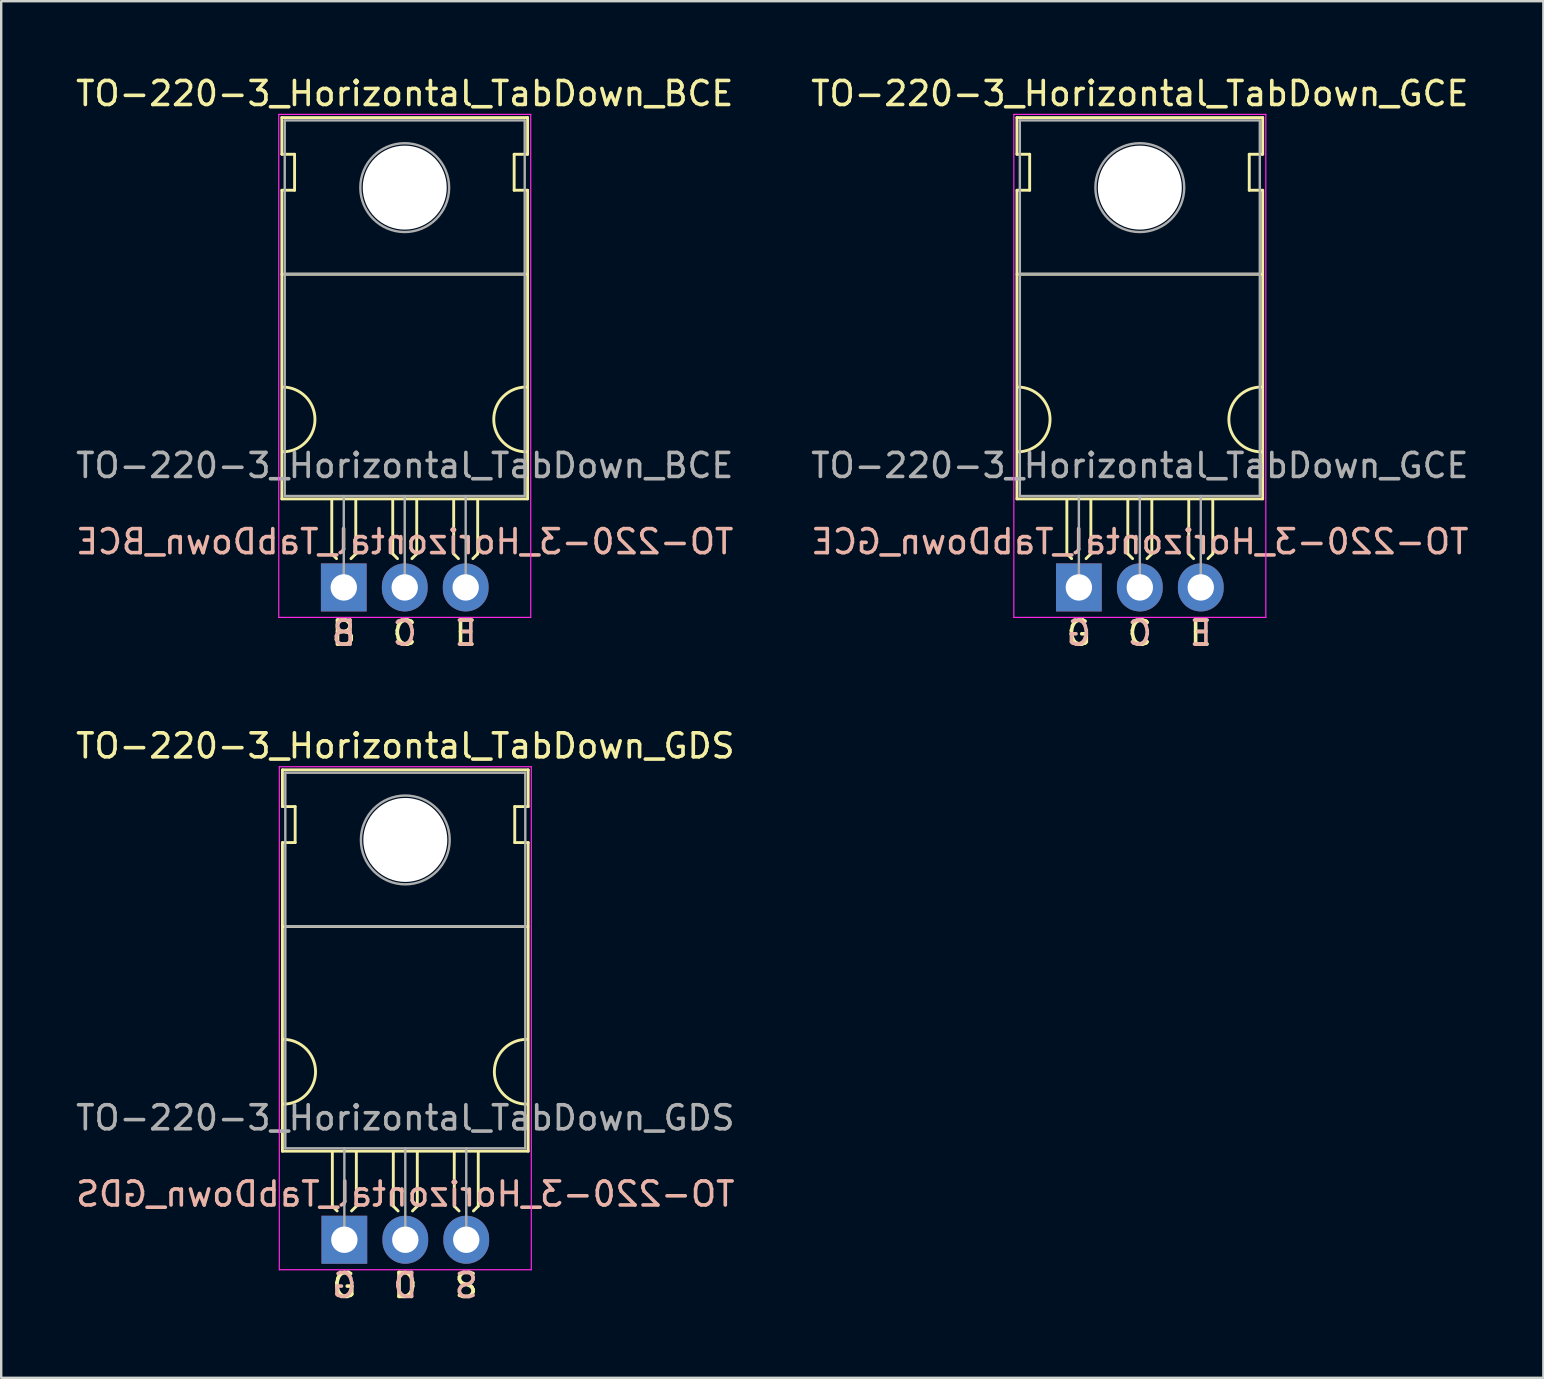
<source format=kicad_pcb>
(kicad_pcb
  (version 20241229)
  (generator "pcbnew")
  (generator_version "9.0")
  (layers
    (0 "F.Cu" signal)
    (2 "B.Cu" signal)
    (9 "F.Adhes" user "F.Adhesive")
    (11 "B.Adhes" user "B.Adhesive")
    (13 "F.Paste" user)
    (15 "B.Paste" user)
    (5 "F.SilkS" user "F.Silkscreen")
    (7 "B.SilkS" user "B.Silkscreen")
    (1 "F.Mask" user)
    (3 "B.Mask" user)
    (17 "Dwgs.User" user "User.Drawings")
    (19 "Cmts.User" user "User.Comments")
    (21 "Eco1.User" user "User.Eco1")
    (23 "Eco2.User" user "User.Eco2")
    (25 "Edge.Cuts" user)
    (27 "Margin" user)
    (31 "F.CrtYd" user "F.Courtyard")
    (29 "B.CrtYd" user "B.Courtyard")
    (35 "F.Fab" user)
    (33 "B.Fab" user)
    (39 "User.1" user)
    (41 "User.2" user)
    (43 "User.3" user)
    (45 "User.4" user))
  (footprint "TO-220-3_Horizontal_TabDown_GDS"
    (layer "F.Cu")
    (at 11.299 48.61)
    (property "Reference" "TO-220-3_Horizontal_TabDown_GDS" (at 2.54 -20.58 0) (layer "F.SilkS") (effects (font (size 1 1) (thickness 0.15))))
    (fp_line (start -2.58 -19.58) (end -2.58 -18.05) (stroke (width 0.12) (type solid)) (layer "F.SilkS"))
    (fp_line (start -2.58 -19.58) (end 7.66 -19.58) (stroke (width 0.12) (type solid)) (layer "F.SilkS"))
    (fp_line (start -2.58 -18.05) (end -2.05 -18.05) (stroke (width 0.12) (type solid)) (layer "F.SilkS"))
    (fp_line (start -2.58 -16.55) (end -2.58 -3.69) (stroke (width 0.12) (type solid)) (layer "F.SilkS"))
    (fp_line (start -2.58 -3.69) (end 7.66 -3.69) (stroke (width 0.12) (type solid)) (layer "F.SilkS"))
    (fp_line (start -2.575 -13.05) (end 7.65 -13.05) (stroke (width 0.12) (type solid)) (layer "F.SilkS"))
    (fp_line (start -2.05 -18.05) (end -2.05 -16.55) (stroke (width 0.12) (type solid)) (layer "F.SilkS"))
    (fp_line (start -2.05 -16.55) (end -2.575 -16.55) (stroke (width 0.12) (type solid)) (layer "F.SilkS"))
    (fp_line (start -0.5 -3.65) (end -0.5 -1.4) (stroke (width 0.12) (type solid)) (layer "F.SilkS"))
    (fp_line (start -0.5 -1.4) (end -0.3 -1.2) (stroke (width 0.12) (type solid)) (layer "F.SilkS"))
    (fp_line (start 0.5 -3.65) (end 0.5 -1.4) (stroke (width 0.12) (type solid)) (layer "F.SilkS"))
    (fp_line (start 0.5 -1.4) (end 0.3 -1.2) (stroke (width 0.12) (type solid)) (layer "F.SilkS"))
    (fp_line (start 2.04 -3.65) (end 2.04 -1.4) (stroke (width 0.12) (type solid)) (layer "F.SilkS"))
    (fp_line (start 2.04 -1.4) (end 2.24 -1.2) (stroke (width 0.12) (type solid)) (layer "F.SilkS"))
    (fp_line (start 3.04 -3.65) (end 3.04 -1.4) (stroke (width 0.12) (type solid)) (layer "F.SilkS"))
    (fp_line (start 3.04 -1.4) (end 2.84 -1.2) (stroke (width 0.12) (type solid)) (layer "F.SilkS"))
    (fp_line (start 4.58 -3.65) (end 4.58 -1.4) (stroke (width 0.12) (type solid)) (layer "F.SilkS"))
    (fp_line (start 4.58 -1.4) (end 4.78 -1.2) (stroke (width 0.12) (type solid)) (layer "F.SilkS"))
    (fp_line (start 5.58 -3.65) (end 5.58 -1.4) (stroke (width 0.12) (type solid)) (layer "F.SilkS"))
    (fp_line (start 5.58 -1.4) (end 5.38 -1.2) (stroke (width 0.12) (type solid)) (layer "F.SilkS"))
    (fp_line (start 7.1 -18.05) (end 7.66 -18.05) (stroke (width 0.12) (type solid)) (layer "F.SilkS"))
    (fp_line (start 7.1 -16.55) (end 7.1 -18.05) (stroke (width 0.12) (type solid)) (layer "F.SilkS"))
    (fp_line (start 7.66 -19.58) (end 7.66 -18.05) (stroke (width 0.12) (type solid)) (layer "F.SilkS"))
    (fp_line (start 7.66 -16.55) (end 7.1 -16.55) (stroke (width 0.12) (type solid)) (layer "F.SilkS"))
    (fp_line (start 7.66 -16.55) (end 7.66 -3.69) (stroke (width 0.12) (type solid)) (layer "F.SilkS"))
    (fp_arc (start -2.55 -8.35) (mid -1.2 -7) (end -2.55 -5.65) (stroke (width 0.12) (type solid)) (layer "F.SilkS"))
    (fp_arc (start 7.6 -5.65) (mid 6.25 -7) (end 7.6 -8.35) (stroke (width 0.12) (type solid)) (layer "F.SilkS"))
    (fp_line (start -2.71 -19.71) (end -2.71 1.25) (stroke (width 0.05) (type solid)) (layer "F.CrtYd"))
    (fp_line (start -2.71 1.25) (end 7.79 1.25) (stroke (width 0.05) (type solid)) (layer "F.CrtYd"))
    (fp_line (start 7.79 -19.71) (end -2.71 -19.71) (stroke (width 0.05) (type solid)) (layer "F.CrtYd"))
    (fp_line (start 7.79 1.25) (end 7.79 -19.71) (stroke (width 0.05) (type solid)) (layer "F.CrtYd"))
    (fp_line (start -2.46 -19.46) (end 7.54 -19.46) (stroke (width 0.1) (type solid)) (layer "F.Fab"))
    (fp_line (start -2.46 -13.06) (end -2.46 -19.46) (stroke (width 0.1) (type solid)) (layer "F.Fab"))
    (fp_line (start -2.46 -13.06) (end 7.54 -13.06) (stroke (width 0.1) (type solid)) (layer "F.Fab"))
    (fp_line (start -2.46 -3.81) (end -2.46 -13.06) (stroke (width 0.1) (type solid)) (layer "F.Fab"))
    (fp_line (start 0 -3.81) (end 0 0) (stroke (width 0.1) (type solid)) (layer "F.Fab"))
    (fp_line (start 2.54 -3.81) (end 2.54 0) (stroke (width 0.1) (type solid)) (layer "F.Fab"))
    (fp_line (start 5.08 -3.81) (end 5.08 0) (stroke (width 0.1) (type solid)) (layer "F.Fab"))
    (fp_line (start 7.54 -19.46) (end 7.54 -13.06) (stroke (width 0.1) (type solid)) (layer "F.Fab"))
    (fp_line (start 7.54 -13.06) (end -2.46 -13.06) (stroke (width 0.1) (type solid)) (layer "F.Fab"))
    (fp_line (start 7.54 -13.06) (end 7.54 -3.81) (stroke (width 0.1) (type solid)) (layer "F.Fab"))
    (fp_line (start 7.54 -3.81) (end -2.46 -3.81) (stroke (width 0.1) (type solid)) (layer "F.Fab"))
    (fp_circle (center 2.54 -16.66) (end 4.39 -16.66) (stroke (width 0.1) (type solid)) (fill no) (layer "F.Fab"))
    (fp_text user "S" (at 5.08 1.905 0) (unlocked yes) (layer "F.SilkS") (effects (font (size 1 1) (thickness 0.15))))
    (fp_text user "G" (at 0 1.905 0) (unlocked yes) (layer "F.SilkS") (effects (font (size 1 1) (thickness 0.15))))
    (fp_text user "D" (at 2.54 1.905 0) (unlocked yes) (layer "F.SilkS") (effects (font (size 1 1) (thickness 0.15))))
    (fp_text user "S" (at 5.08 1.905 0) (unlocked yes) (layer "B.SilkS") (effects (font (size 1 1) (thickness 0.15)) (justify mirror)))
    (fp_text user "G" (at 0 1.905 0) (unlocked yes) (layer "B.SilkS") (effects (font (size 1 1) (thickness 0.15)) (justify mirror)))
    (fp_text user "D" (at 2.54 1.905 0) (unlocked yes) (layer "B.SilkS") (effects (font (size 1 1) (thickness 0.15)) (justify mirror)))
    (fp_text user "${REFERENCE}" (at 2.54 -1.905 0) (layer "B.SilkS") (effects (font (size 1 1) (thickness 0.15)) (justify mirror)))
    (fp_text user "${REFERENCE}" (at 2.54 -5.08 0) (layer "F.Fab") (effects (font (size 1 1) (thickness 0.15))))
    (pad "" np_thru_hole oval (at 2.54 -16.66) (size 3.5 3.5) (drill 3.5) (layers "*.Cu" "*.Mask"))
    (pad "1" thru_hole rect (at 0 0) (size 1.905 2) (drill 1.1) (layers "*.Cu" "*.Mask"))
    (pad "2" thru_hole oval (at 2.54 0) (size 1.905 2) (drill 1.1) (layers "*.Cu" "*.Mask"))
    (pad "3" thru_hole oval (at 5.08 0) (size 1.905 2) (drill 1.1) (layers "*.Cu" "*.Mask")))
  (footprint "TO-220-3_Horizontal_TabDown_GCE"
    (layer "F.Cu")
    (at 41.906 21.428)
    (property "Reference" "TO-220-3_Horizontal_TabDown_GCE" (at 2.54 -20.58 0) (layer "F.SilkS") (effects (font (size 1 1) (thickness 0.15))))
    (fp_line (start -2.58 -19.58) (end -2.58 -18.05) (stroke (width 0.12) (type solid)) (layer "F.SilkS"))
    (fp_line (start -2.58 -19.58) (end 7.66 -19.58) (stroke (width 0.12) (type solid)) (layer "F.SilkS"))
    (fp_line (start -2.58 -18.05) (end -2.05 -18.05) (stroke (width 0.12) (type solid)) (layer "F.SilkS"))
    (fp_line (start -2.58 -16.55) (end -2.58 -3.69) (stroke (width 0.12) (type solid)) (layer "F.SilkS"))
    (fp_line (start -2.58 -3.69) (end 7.66 -3.69) (stroke (width 0.12) (type solid)) (layer "F.SilkS"))
    (fp_line (start -2.575 -13.05) (end 7.65 -13.05) (stroke (width 0.12) (type solid)) (layer "F.SilkS"))
    (fp_line (start -2.05 -18.05) (end -2.05 -16.55) (stroke (width 0.12) (type solid)) (layer "F.SilkS"))
    (fp_line (start -2.05 -16.55) (end -2.575 -16.55) (stroke (width 0.12) (type solid)) (layer "F.SilkS"))
    (fp_line (start -0.5 -3.65) (end -0.5 -1.4) (stroke (width 0.12) (type solid)) (layer "F.SilkS"))
    (fp_line (start -0.5 -1.4) (end -0.3 -1.2) (stroke (width 0.12) (type solid)) (layer "F.SilkS"))
    (fp_line (start 0.5 -3.65) (end 0.5 -1.4) (stroke (width 0.12) (type solid)) (layer "F.SilkS"))
    (fp_line (start 0.5 -1.4) (end 0.3 -1.2) (stroke (width 0.12) (type solid)) (layer "F.SilkS"))
    (fp_line (start 2.04 -3.65) (end 2.04 -1.4) (stroke (width 0.12) (type solid)) (layer "F.SilkS"))
    (fp_line (start 2.04 -1.4) (end 2.24 -1.2) (stroke (width 0.12) (type solid)) (layer "F.SilkS"))
    (fp_line (start 3.04 -3.65) (end 3.04 -1.4) (stroke (width 0.12) (type solid)) (layer "F.SilkS"))
    (fp_line (start 3.04 -1.4) (end 2.84 -1.2) (stroke (width 0.12) (type solid)) (layer "F.SilkS"))
    (fp_line (start 4.58 -3.65) (end 4.58 -1.4) (stroke (width 0.12) (type solid)) (layer "F.SilkS"))
    (fp_line (start 4.58 -1.4) (end 4.78 -1.2) (stroke (width 0.12) (type solid)) (layer "F.SilkS"))
    (fp_line (start 5.58 -3.65) (end 5.58 -1.4) (stroke (width 0.12) (type solid)) (layer "F.SilkS"))
    (fp_line (start 5.58 -1.4) (end 5.38 -1.2) (stroke (width 0.12) (type solid)) (layer "F.SilkS"))
    (fp_line (start 7.1 -18.05) (end 7.66 -18.05) (stroke (width 0.12) (type solid)) (layer "F.SilkS"))
    (fp_line (start 7.1 -16.55) (end 7.1 -18.05) (stroke (width 0.12) (type solid)) (layer "F.SilkS"))
    (fp_line (start 7.66 -19.58) (end 7.66 -18.05) (stroke (width 0.12) (type solid)) (layer "F.SilkS"))
    (fp_line (start 7.66 -16.55) (end 7.1 -16.55) (stroke (width 0.12) (type solid)) (layer "F.SilkS"))
    (fp_line (start 7.66 -16.55) (end 7.66 -3.69) (stroke (width 0.12) (type solid)) (layer "F.SilkS"))
    (fp_arc (start -2.55 -8.35) (mid -1.2 -7) (end -2.55 -5.65) (stroke (width 0.12) (type solid)) (layer "F.SilkS"))
    (fp_arc (start 7.6 -5.65) (mid 6.25 -7) (end 7.6 -8.35) (stroke (width 0.12) (type solid)) (layer "F.SilkS"))
    (fp_line (start -2.71 -19.71) (end -2.71 1.25) (stroke (width 0.05) (type solid)) (layer "F.CrtYd"))
    (fp_line (start -2.71 1.25) (end 7.79 1.25) (stroke (width 0.05) (type solid)) (layer "F.CrtYd"))
    (fp_line (start 7.79 -19.71) (end -2.71 -19.71) (stroke (width 0.05) (type solid)) (layer "F.CrtYd"))
    (fp_line (start 7.79 1.25) (end 7.79 -19.71) (stroke (width 0.05) (type solid)) (layer "F.CrtYd"))
    (fp_line (start -2.46 -19.46) (end 7.54 -19.46) (stroke (width 0.1) (type solid)) (layer "F.Fab"))
    (fp_line (start -2.46 -13.06) (end -2.46 -19.46) (stroke (width 0.1) (type solid)) (layer "F.Fab"))
    (fp_line (start -2.46 -13.06) (end 7.54 -13.06) (stroke (width 0.1) (type solid)) (layer "F.Fab"))
    (fp_line (start -2.46 -3.81) (end -2.46 -13.06) (stroke (width 0.1) (type solid)) (layer "F.Fab"))
    (fp_line (start 0 -3.81) (end 0 0) (stroke (width 0.1) (type solid)) (layer "F.Fab"))
    (fp_line (start 2.54 -3.81) (end 2.54 0) (stroke (width 0.1) (type solid)) (layer "F.Fab"))
    (fp_line (start 5.08 -3.81) (end 5.08 0) (stroke (width 0.1) (type solid)) (layer "F.Fab"))
    (fp_line (start 7.54 -19.46) (end 7.54 -13.06) (stroke (width 0.1) (type solid)) (layer "F.Fab"))
    (fp_line (start 7.54 -13.06) (end -2.46 -13.06) (stroke (width 0.1) (type solid)) (layer "F.Fab"))
    (fp_line (start 7.54 -13.06) (end 7.54 -3.81) (stroke (width 0.1) (type solid)) (layer "F.Fab"))
    (fp_line (start 7.54 -3.81) (end -2.46 -3.81) (stroke (width 0.1) (type solid)) (layer "F.Fab"))
    (fp_circle (center 2.54 -16.66) (end 4.39 -16.66) (stroke (width 0.1) (type solid)) (fill no) (layer "F.Fab"))
    (fp_text user "E" (at 5.08 1.905 0) (unlocked yes) (layer "F.SilkS") (effects (font (size 1 1) (thickness 0.15))))
    (fp_text user "C" (at 2.54 1.905 0) (unlocked yes) (layer "F.SilkS") (effects (font (size 1 1) (thickness 0.15))))
    (fp_text user "G" (at 0 1.905 0) (unlocked yes) (layer "F.SilkS") (effects (font (size 1 1) (thickness 0.15))))
    (fp_text user "${REFERENCE}" (at 2.54 -1.905 0) (layer "B.SilkS") (effects (font (size 1 1) (thickness 0.15)) (justify mirror)))
    (fp_text user "G" (at 0 1.905 0) (unlocked yes) (layer "B.SilkS") (effects (font (size 1 1) (thickness 0.15)) (justify mirror)))
    (fp_text user "C" (at 2.54 1.905 0) (unlocked yes) (layer "B.SilkS") (effects (font (size 1 1) (thickness 0.15)) (justify mirror)))
    (fp_text user "E" (at 5.08 1.905 0) (unlocked yes) (layer "B.SilkS") (effects (font (size 1 1) (thickness 0.15)) (justify mirror)))
    (fp_text user "${REFERENCE}" (at 2.54 -5.08 0) (layer "F.Fab") (effects (font (size 1 1) (thickness 0.15))))
    (pad "" np_thru_hole oval (at 2.54 -16.66) (size 3.5 3.5) (drill 3.5) (layers "*.Cu" "*.Mask"))
    (pad "1" thru_hole rect (at 0 0) (size 1.905 2) (drill 1.1) (layers "*.Cu" "*.Mask"))
    (pad "2" thru_hole oval (at 2.54 0) (size 1.905 2) (drill 1.1) (layers "*.Cu" "*.Mask"))
    (pad "3" thru_hole oval (at 5.08 0) (size 1.905 2) (drill 1.1) (layers "*.Cu" "*.Mask")))
  (footprint "TO-220-3_Horizontal_TabDown_BCE"
    (layer "F.Cu")
    (at 11.275 21.428)
    (property "Reference" "TO-220-3_Horizontal_TabDown_BCE" (at 2.54 -20.58 0) (layer "F.SilkS") (effects (font (size 1 1) (thickness 0.15))))
    (fp_line (start -2.58 -19.58) (end -2.58 -18.05) (stroke (width 0.12) (type solid)) (layer "F.SilkS"))
    (fp_line (start -2.58 -19.58) (end 7.66 -19.58) (stroke (width 0.12) (type solid)) (layer "F.SilkS"))
    (fp_line (start -2.58 -18.05) (end -2.05 -18.05) (stroke (width 0.12) (type solid)) (layer "F.SilkS"))
    (fp_line (start -2.58 -16.55) (end -2.58 -3.69) (stroke (width 0.12) (type solid)) (layer "F.SilkS"))
    (fp_line (start -2.58 -3.69) (end 7.66 -3.69) (stroke (width 0.12) (type solid)) (layer "F.SilkS"))
    (fp_line (start -2.575 -13.05) (end 7.65 -13.05) (stroke (width 0.12) (type solid)) (layer "F.SilkS"))
    (fp_line (start -2.05 -18.05) (end -2.05 -16.55) (stroke (width 0.12) (type solid)) (layer "F.SilkS"))
    (fp_line (start -2.05 -16.55) (end -2.575 -16.55) (stroke (width 0.12) (type solid)) (layer "F.SilkS"))
    (fp_line (start -0.5 -3.65) (end -0.5 -1.4) (stroke (width 0.12) (type solid)) (layer "F.SilkS"))
    (fp_line (start -0.5 -1.4) (end -0.3 -1.2) (stroke (width 0.12) (type solid)) (layer "F.SilkS"))
    (fp_line (start 0.5 -3.65) (end 0.5 -1.4) (stroke (width 0.12) (type solid)) (layer "F.SilkS"))
    (fp_line (start 0.5 -1.4) (end 0.3 -1.2) (stroke (width 0.12) (type solid)) (layer "F.SilkS"))
    (fp_line (start 2.04 -3.65) (end 2.04 -1.4) (stroke (width 0.12) (type solid)) (layer "F.SilkS"))
    (fp_line (start 2.04 -1.4) (end 2.24 -1.2) (stroke (width 0.12) (type solid)) (layer "F.SilkS"))
    (fp_line (start 3.04 -3.65) (end 3.04 -1.4) (stroke (width 0.12) (type solid)) (layer "F.SilkS"))
    (fp_line (start 3.04 -1.4) (end 2.84 -1.2) (stroke (width 0.12) (type solid)) (layer "F.SilkS"))
    (fp_line (start 4.58 -3.65) (end 4.58 -1.4) (stroke (width 0.12) (type solid)) (layer "F.SilkS"))
    (fp_line (start 4.58 -1.4) (end 4.78 -1.2) (stroke (width 0.12) (type solid)) (layer "F.SilkS"))
    (fp_line (start 5.58 -3.65) (end 5.58 -1.4) (stroke (width 0.12) (type solid)) (layer "F.SilkS"))
    (fp_line (start 5.58 -1.4) (end 5.38 -1.2) (stroke (width 0.12) (type solid)) (layer "F.SilkS"))
    (fp_line (start 7.1 -18.05) (end 7.66 -18.05) (stroke (width 0.12) (type solid)) (layer "F.SilkS"))
    (fp_line (start 7.1 -16.55) (end 7.1 -18.05) (stroke (width 0.12) (type solid)) (layer "F.SilkS"))
    (fp_line (start 7.66 -19.58) (end 7.66 -18.05) (stroke (width 0.12) (type solid)) (layer "F.SilkS"))
    (fp_line (start 7.66 -16.55) (end 7.1 -16.55) (stroke (width 0.12) (type solid)) (layer "F.SilkS"))
    (fp_line (start 7.66 -16.55) (end 7.66 -3.69) (stroke (width 0.12) (type solid)) (layer "F.SilkS"))
    (fp_arc (start -2.55 -8.35) (mid -1.2 -7) (end -2.55 -5.65) (stroke (width 0.12) (type solid)) (layer "F.SilkS"))
    (fp_arc (start 7.6 -5.65) (mid 6.25 -7) (end 7.6 -8.35) (stroke (width 0.12) (type solid)) (layer "F.SilkS"))
    (fp_line (start -2.71 -19.71) (end -2.71 1.25) (stroke (width 0.05) (type solid)) (layer "F.CrtYd"))
    (fp_line (start -2.71 1.25) (end 7.79 1.25) (stroke (width 0.05) (type solid)) (layer "F.CrtYd"))
    (fp_line (start 7.79 -19.71) (end -2.71 -19.71) (stroke (width 0.05) (type solid)) (layer "F.CrtYd"))
    (fp_line (start 7.79 1.25) (end 7.79 -19.71) (stroke (width 0.05) (type solid)) (layer "F.CrtYd"))
    (fp_line (start -2.46 -19.46) (end 7.54 -19.46) (stroke (width 0.1) (type solid)) (layer "F.Fab"))
    (fp_line (start -2.46 -13.06) (end -2.46 -19.46) (stroke (width 0.1) (type solid)) (layer "F.Fab"))
    (fp_line (start -2.46 -13.06) (end 7.54 -13.06) (stroke (width 0.1) (type solid)) (layer "F.Fab"))
    (fp_line (start -2.46 -3.81) (end -2.46 -13.06) (stroke (width 0.1) (type solid)) (layer "F.Fab"))
    (fp_line (start 0 -3.81) (end 0 0) (stroke (width 0.1) (type solid)) (layer "F.Fab"))
    (fp_line (start 2.54 -3.81) (end 2.54 0) (stroke (width 0.1) (type solid)) (layer "F.Fab"))
    (fp_line (start 5.08 -3.81) (end 5.08 0) (stroke (width 0.1) (type solid)) (layer "F.Fab"))
    (fp_line (start 7.54 -19.46) (end 7.54 -13.06) (stroke (width 0.1) (type solid)) (layer "F.Fab"))
    (fp_line (start 7.54 -13.06) (end -2.46 -13.06) (stroke (width 0.1) (type solid)) (layer "F.Fab"))
    (fp_line (start 7.54 -13.06) (end 7.54 -3.81) (stroke (width 0.1) (type solid)) (layer "F.Fab"))
    (fp_line (start 7.54 -3.81) (end -2.46 -3.81) (stroke (width 0.1) (type solid)) (layer "F.Fab"))
    (fp_circle (center 2.54 -16.66) (end 4.39 -16.66) (stroke (width 0.1) (type solid)) (fill no) (layer "F.Fab"))
    (fp_text user "B" (at 0 1.905 0) (unlocked yes) (layer "F.SilkS") (effects (font (size 1 1) (thickness 0.15))))
    (fp_text user "E" (at 5.08 1.905 0) (unlocked yes) (layer "F.SilkS") (effects (font (size 1 1) (thickness 0.15))))
    (fp_text user "C" (at 2.54 1.905 0) (unlocked yes) (layer "F.SilkS") (effects (font (size 1 1) (thickness 0.15))))
    (fp_text user "${REFERENCE}" (at 2.54 -1.905 0) (layer "B.SilkS") (effects (font (size 1 1) (thickness 0.15)) (justify mirror)))
    (fp_text user "E" (at 5.08 1.905 0) (unlocked yes) (layer "B.SilkS") (effects (font (size 1 1) (thickness 0.15)) (justify mirror)))
    (fp_text user "B" (at 0 1.905 0) (unlocked yes) (layer "B.SilkS") (effects (font (size 1 1) (thickness 0.15)) (justify mirror)))
    (fp_text user "C" (at 2.54 1.905 0) (unlocked yes) (layer "B.SilkS") (effects (font (size 1 1) (thickness 0.15)) (justify mirror)))
    (fp_text user "${REFERENCE}" (at 2.54 -5.08 0) (layer "F.Fab") (effects (font (size 1 1) (thickness 0.15))))
    (pad "" np_thru_hole oval (at 2.54 -16.66) (size 3.5 3.5) (drill 3.5) (layers "*.Cu" "*.Mask"))
    (pad "1" thru_hole rect (at 0 0) (size 1.905 2) (drill 1.1) (layers "*.Cu" "*.Mask"))
    (pad "2" thru_hole oval (at 2.54 0) (size 1.905 2) (drill 1.1) (layers "*.Cu" "*.Mask"))
    (pad "3" thru_hole oval (at 5.08 0) (size 1.905 2) (drill 1.1) (layers "*.Cu" "*.Mask")))
  (gr_rect
    (start -3 -3)
    (end 61.262 54.363)
    (stroke (width 0.1) (type default))
    (fill no)
    (layer "Edge.Cuts")))
</source>
